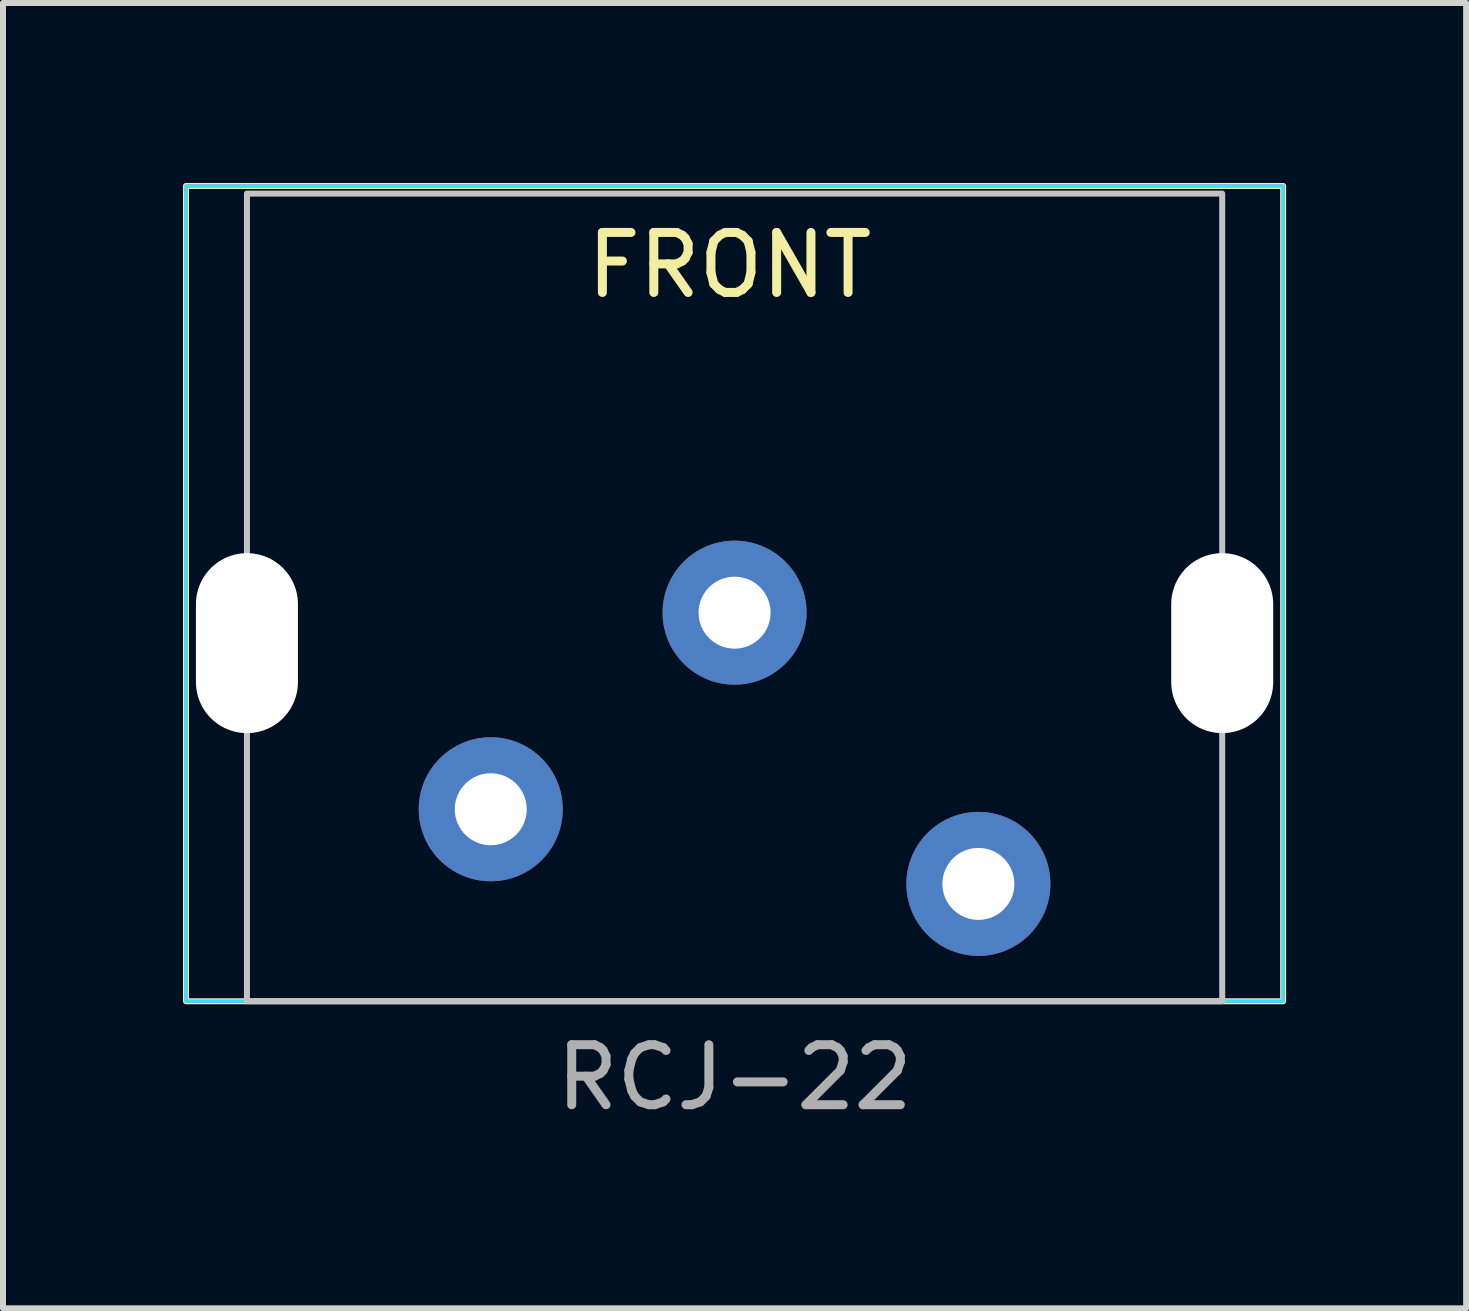
<source format=kicad_pcb>
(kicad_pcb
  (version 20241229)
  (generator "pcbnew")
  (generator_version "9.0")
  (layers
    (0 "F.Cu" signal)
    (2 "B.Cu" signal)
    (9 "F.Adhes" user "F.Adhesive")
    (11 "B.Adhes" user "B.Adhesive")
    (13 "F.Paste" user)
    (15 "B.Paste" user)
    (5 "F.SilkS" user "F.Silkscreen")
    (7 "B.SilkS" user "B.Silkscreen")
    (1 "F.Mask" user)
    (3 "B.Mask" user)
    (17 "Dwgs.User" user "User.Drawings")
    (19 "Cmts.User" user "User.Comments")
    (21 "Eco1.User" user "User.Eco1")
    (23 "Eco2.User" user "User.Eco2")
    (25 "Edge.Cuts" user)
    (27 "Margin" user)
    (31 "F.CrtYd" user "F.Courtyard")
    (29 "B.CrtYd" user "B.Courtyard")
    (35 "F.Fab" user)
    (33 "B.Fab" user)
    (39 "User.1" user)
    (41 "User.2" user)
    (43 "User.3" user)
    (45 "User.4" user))
  (footprint "RCJ-22"
    (layer "F.Cu")
    (at 9.194 6.019)
    (property "Reference" "RCJ-22" (at 0 8.89 0) (unlocked yes) (layer "F.SilkS") (effects (font (size 1 1) (thickness 0.1))))
    (attr smd)
    (fp_rect (start -9.144 -5.969) (end 9.144 7.62) (stroke (width 0.1) (type default)) (fill no) (layer "F.SilkS"))
    (fp_rect (start -8.128 -5.842) (end 8.128 7.62) (stroke (width 0.1) (type default)) (fill no) (layer "Dwgs.User"))
    (fp_rect (start 9.144 7.62) (end -9.144 -5.969) (stroke (width 0.05) (type default)) (fill no) (layer "B.CrtYd"))
    (fp_rect (start -9.144 -5.969) (end 9.144 7.62) (stroke (width 0.05) (type default)) (fill no) (layer "F.CrtYd"))
    (fp_text user "FRONT" (at -2.54 -4.064 0) (unlocked yes) (layer "F.SilkS") (effects (font (size 1 1) (thickness 0.15)) (justify left bottom)))
    (fp_text user "${REFERENCE}" (at 0 8.89 0) (unlocked yes) (layer "F.Fab") (effects (font (size 1 1) (thickness 0.15))))
    (pad "" np_thru_hole oval (at -8.128 1.651) (size 1.7 3) (drill oval 1.7 3) (layers "*.Cu" "*.Mask"))
    (pad "" np_thru_hole oval (at 8.128 1.651) (size 1.7 3) (drill oval 1.7 3) (layers "*.Cu" "*.Mask"))
    (pad "1" thru_hole circle (at 0 1.143) (size 2.4 2.4) (drill 1.2) (layers "*.Cu" "*.Mask"))
    (pad "2" thru_hole circle (at -4.064 4.42) (size 2.4 2.4) (drill 1.2) (layers "*.Cu" "*.Mask"))
    (pad "3" thru_hole circle (at 4.064 5.664) (size 2.4 2.4) (drill 1.2) (layers "*.Cu" "*.Mask")))
  (gr_rect
    (start -3 -3)
    (end 21.388 18.757)
    (stroke (width 0.1) (type default))
    (fill no)
    (layer "Edge.Cuts")))
</source>
